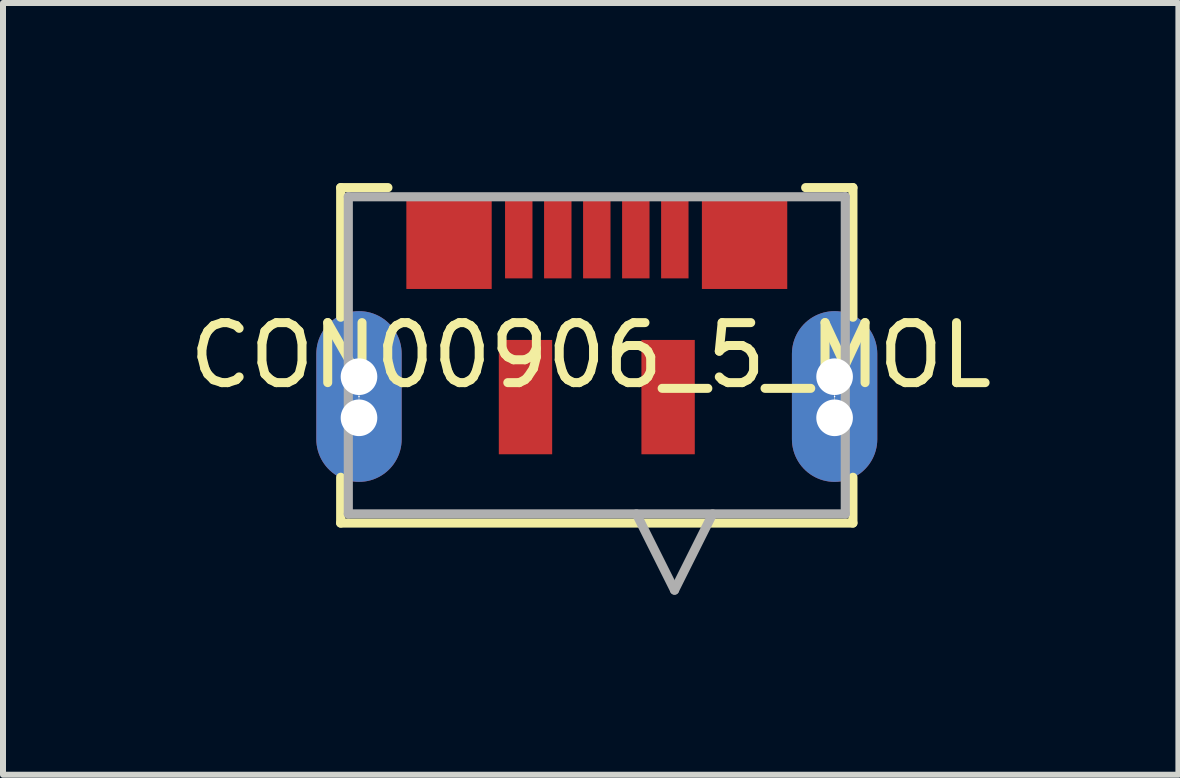
<source format=kicad_pcb>
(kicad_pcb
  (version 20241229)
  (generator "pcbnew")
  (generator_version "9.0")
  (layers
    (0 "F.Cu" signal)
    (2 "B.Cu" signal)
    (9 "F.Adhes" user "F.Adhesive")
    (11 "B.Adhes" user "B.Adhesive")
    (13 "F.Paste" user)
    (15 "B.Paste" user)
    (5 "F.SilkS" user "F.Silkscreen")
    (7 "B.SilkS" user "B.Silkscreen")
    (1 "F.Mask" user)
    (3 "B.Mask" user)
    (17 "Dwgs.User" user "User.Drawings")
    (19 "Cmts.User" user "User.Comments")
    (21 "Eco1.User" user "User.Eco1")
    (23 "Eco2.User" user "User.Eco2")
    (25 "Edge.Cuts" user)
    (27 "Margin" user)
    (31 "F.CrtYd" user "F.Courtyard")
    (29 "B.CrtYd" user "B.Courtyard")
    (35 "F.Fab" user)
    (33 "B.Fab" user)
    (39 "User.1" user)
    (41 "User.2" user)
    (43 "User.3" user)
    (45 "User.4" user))
  (footprint "CON00906_5_MOL"
    (layer "F.Cu")
    (at 6.893 2.87)
    (property "Reference" "CON00906_5_MOL" (at -0.102 0 0) (layer "F.SilkS") (effects (font (size 1 1) (thickness 0.15))))
    (attr smd)
    (fp_line (start -4.267 -2.794) (end -4.267 -0.635) (stroke (width 0.152) (type solid)) (layer "F.SilkS"))
    (fp_line (start -4.267 2.032) (end -4.267 2.794) (stroke (width 0.152) (type solid)) (layer "F.SilkS"))
    (fp_line (start -4.267 2.794) (end 4.267 2.794) (stroke (width 0.152) (type solid)) (layer "F.SilkS"))
    (fp_line (start -3.48 -2.794) (end -4.267 -2.794) (stroke (width 0.152) (type solid)) (layer "F.SilkS"))
    (fp_line (start 4.267 -2.794) (end 3.48 -2.794) (stroke (width 0.152) (type solid)) (layer "F.SilkS"))
    (fp_line (start 4.267 -0.635) (end 4.267 -2.794) (stroke (width 0.152) (type solid)) (layer "F.SilkS"))
    (fp_line (start 4.267 2.794) (end 4.267 2.032) (stroke (width 0.152) (type solid)) (layer "F.SilkS"))
    (fp_line (start -3.962 1.041) (end -3.962 0.356) (stroke (width 0.01) (type solid)) (layer "Edge.Cuts"))
    (fp_line (start 3.962 1.041) (end 3.962 0.356) (stroke (width 0.01) (type solid)) (layer "Edge.Cuts"))
    (fp_line (start -4.14 -2.642) (end -4.14 2.642) (stroke (width 0.152) (type solid)) (layer "F.Fab"))
    (fp_line (start -4.14 2.642) (end 4.14 2.642) (stroke (width 0.152) (type solid)) (layer "F.Fab"))
    (fp_line (start 0.66 2.642) (end 1.295 3.912) (stroke (width 0.152) (type solid)) (layer "F.Fab"))
    (fp_line (start 1.93 2.642) (end 1.295 3.912) (stroke (width 0.152) (type solid)) (layer "F.Fab"))
    (fp_line (start 4.14 -2.642) (end -4.14 -2.642) (stroke (width 0.152) (type solid)) (layer "F.Fab"))
    (fp_line (start 4.14 2.642) (end 4.14 -2.642) (stroke (width 0.152) (type solid)) (layer "F.Fab"))
    (pad "" np_thru_hole circle (at -3.962 0.356) (size 0.61 0.61) (drill 0.61) (layers "*.Cu" "*.Mask"))
    (pad "" np_thru_hole circle (at -3.962 1.041) (size 0.61 0.61) (drill 0.61) (layers "*.Cu" "*.Mask"))
    (pad "" np_thru_hole circle (at 3.962 0.356) (size 0.61 0.61) (drill 0.61) (layers "*.Cu" "*.Mask"))
    (pad "" np_thru_hole circle (at 3.962 1.041) (size 0.61 0.61) (drill 0.61) (layers "*.Cu" "*.Mask"))
    (pad "1" smd rect (at 1.3 -1.968) (size 0.457 1.372) (layers "F.Cu" "F.Mask" "F.Paste"))
    (pad "2" smd rect (at 0.65 -1.968) (size 0.457 1.372) (layers "F.Cu" "F.Mask" "F.Paste"))
    (pad "3" smd rect (at 0 -1.968) (size 0.457 1.372) (layers "F.Cu" "F.Mask" "F.Paste"))
    (pad "4" smd rect (at -0.65 -1.968) (size 0.457 1.372) (layers "F.Cu" "F.Mask" "F.Paste"))
    (pad "5" smd rect (at -1.3 -1.968) (size 0.457 1.372) (layers "F.Cu" "F.Mask" "F.Paste"))
    (pad "6" smd rect (at -2.462 -1.88) (size 1.422 1.549) (layers "F.Cu" "F.Mask" "F.Paste"))
    (pad "7" smd rect (at 2.462 -1.88) (size 1.422 1.549) (layers "F.Cu" "F.Mask" "F.Paste"))
    (pad "8" smd rect (at -1.188 0.696) (size 0.889 1.905) (layers "F.Cu" "F.Mask" "F.Paste"))
    (pad "9" smd rect (at 1.188 0.696) (size 0.889 1.905) (layers "F.Cu" "F.Mask" "F.Paste"))
    (pad "10" thru_hole oval (at -3.962 0.686) (size 1.422 2.845) (drill 0.025) (layers "*.Cu" "*.Mask"))
    (pad "11" thru_hole oval (at 3.962 0.686) (size 1.422 2.845) (drill 0.025) (layers "*.Cu" "*.Mask")))
  (gr_rect
    (start -3 -3)
    (end 16.583 9.858)
    (stroke (width 0.1) (type default))
    (fill no)
    (layer "Edge.Cuts")))
</source>
